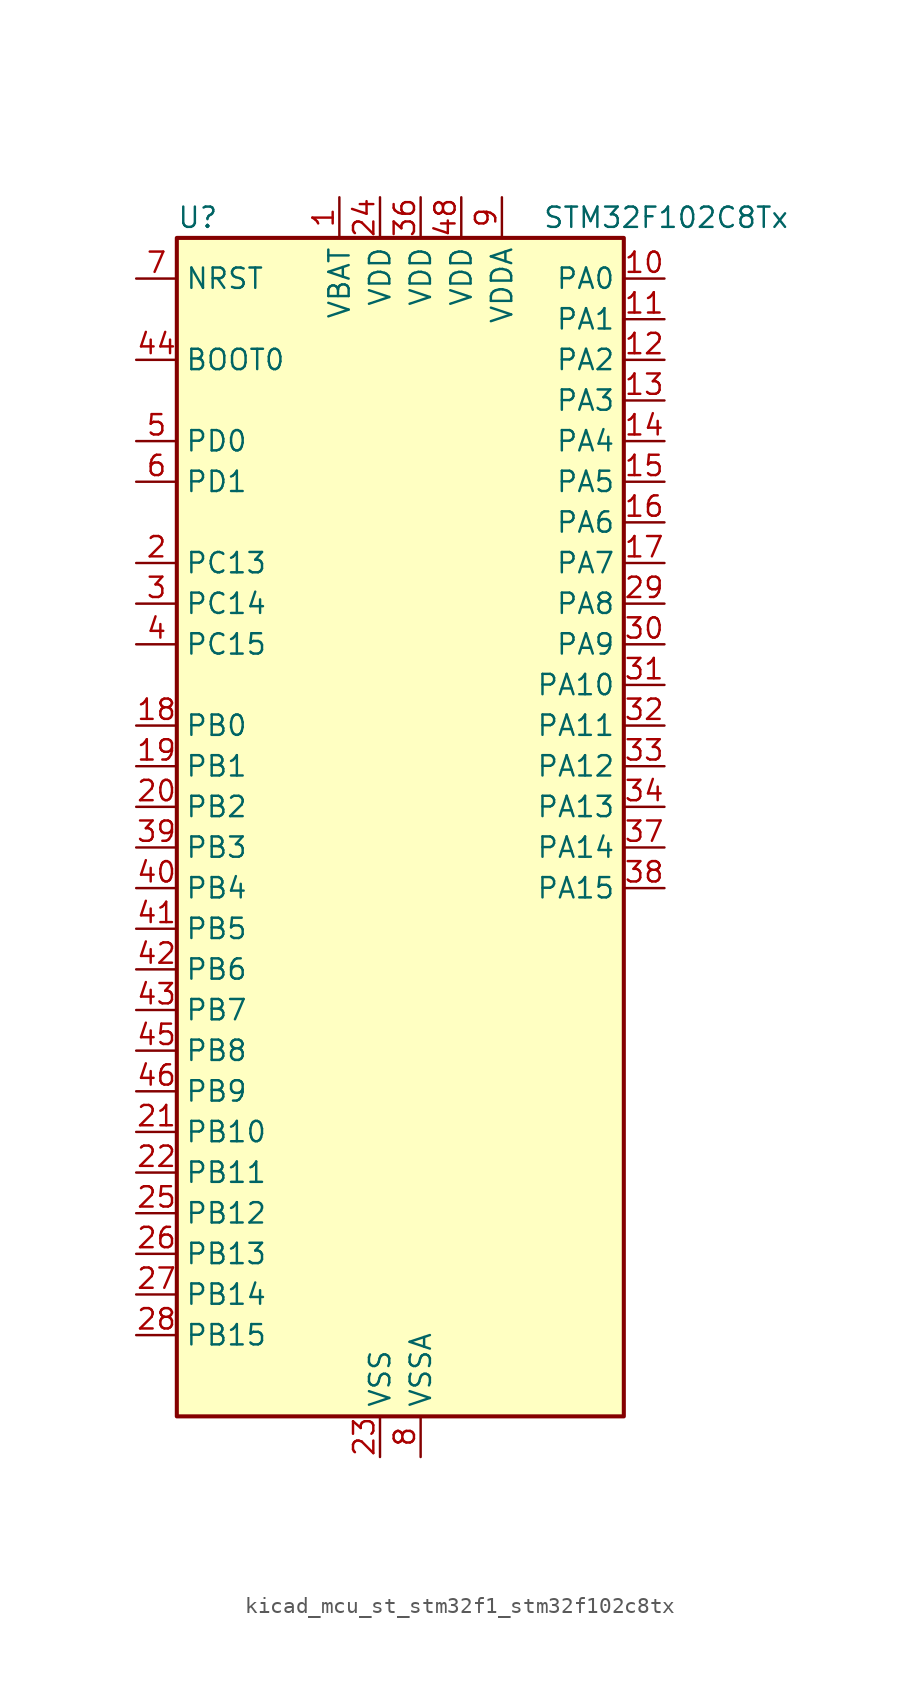
<source format=kicad_sym>
(kicad_symbol_lib
  (version 20220914)
  (generator kicad_symbol_editor)
  (symbol "kicad_mcu_st_stm32f1_stm32f102c8tx"
    (property "Reference" "U"
      (at -12.7 39.37 0)
      (effects (font (size 1.27 1.27)) (justify left)))
    (property "Value" "STM32F102C8Tx"
      (at 10.16 39.37 0)
      (effects (font (size 1.27 1.27)) (justify left)))
    (property "ki_locked" ""
      (at 0 0 0)
      (effects (font (size 1.27 1.27))))
    (symbol "kicad_mcu_st_stm32f1_stm32f102c8tx_0_1"
      (rectangle (start -12.7 -35.56) (end 15.24 38.1) (stroke (width 0.254) (type default)) (fill (type background))))
    (symbol "kicad_mcu_st_stm32f1_stm32f102c8tx_1_1"
      (pin power_in line (at -2.54 40.64 270) (length 2.54) (name "VBAT" (effects (font (size 1.27 1.27)))) (number "1" (effects (font (size 1.27 1.27)))))
      (pin bidirectional line (at 17.78 35.56 180) (length 2.54) (name "PA0" (effects (font (size 1.27 1.27)))) (number "10" (effects (font (size 1.27 1.27)))) (alternate "ADC1_IN0" bidirectional line) (alternate "SYS_WKUP" bidirectional line) (alternate "TIM2_CH1" bidirectional line) (alternate "TIM2_ETR" bidirectional line) (alternate "USART2_CTS" bidirectional line))
      (pin bidirectional line (at 17.78 33.02 180) (length 2.54) (name "PA1" (effects (font (size 1.27 1.27)))) (number "11" (effects (font (size 1.27 1.27)))) (alternate "ADC1_IN1" bidirectional line) (alternate "TIM2_CH2" bidirectional line) (alternate "USART2_RTS" bidirectional line))
      (pin bidirectional line (at 17.78 30.48 180) (length 2.54) (name "PA2" (effects (font (size 1.27 1.27)))) (number "12" (effects (font (size 1.27 1.27)))) (alternate "ADC1_IN2" bidirectional line) (alternate "TIM2_CH3" bidirectional line) (alternate "USART2_TX" bidirectional line))
      (pin bidirectional line (at 17.78 27.94 180) (length 2.54) (name "PA3" (effects (font (size 1.27 1.27)))) (number "13" (effects (font (size 1.27 1.27)))) (alternate "ADC1_IN3" bidirectional line) (alternate "TIM2_CH4" bidirectional line) (alternate "USART2_RX" bidirectional line))
      (pin bidirectional line (at 17.78 25.4 180) (length 2.54) (name "PA4" (effects (font (size 1.27 1.27)))) (number "14" (effects (font (size 1.27 1.27)))) (alternate "ADC1_IN4" bidirectional line) (alternate "SPI1_NSS" bidirectional line) (alternate "USART2_CK" bidirectional line))
      (pin bidirectional line (at 17.78 22.86 180) (length 2.54) (name "PA5" (effects (font (size 1.27 1.27)))) (number "15" (effects (font (size 1.27 1.27)))) (alternate "ADC1_IN5" bidirectional line) (alternate "SPI1_SCK" bidirectional line))
      (pin bidirectional line (at 17.78 20.32 180) (length 2.54) (name "PA6" (effects (font (size 1.27 1.27)))) (number "16" (effects (font (size 1.27 1.27)))) (alternate "ADC1_IN6" bidirectional line) (alternate "SPI1_MISO" bidirectional line) (alternate "TIM3_CH1" bidirectional line))
      (pin bidirectional line (at 17.78 17.78 180) (length 2.54) (name "PA7" (effects (font (size 1.27 1.27)))) (number "17" (effects (font (size 1.27 1.27)))) (alternate "ADC1_IN7" bidirectional line) (alternate "SPI1_MOSI" bidirectional line) (alternate "TIM3_CH2" bidirectional line))
      (pin bidirectional line (at -15.24 7.62 0) (length 2.54) (name "PB0" (effects (font (size 1.27 1.27)))) (number "18" (effects (font (size 1.27 1.27)))) (alternate "ADC1_IN8" bidirectional line) (alternate "TIM3_CH3" bidirectional line))
      (pin bidirectional line (at -15.24 5.08 0) (length 2.54) (name "PB1" (effects (font (size 1.27 1.27)))) (number "19" (effects (font (size 1.27 1.27)))) (alternate "ADC1_IN9" bidirectional line) (alternate "TIM3_CH4" bidirectional line))
      (pin bidirectional line (at -15.24 17.78 0) (length 2.54) (name "PC13" (effects (font (size 1.27 1.27)))) (number "2" (effects (font (size 1.27 1.27)))) (alternate "RTC_OUT" bidirectional line) (alternate "RTC_TAMPER" bidirectional line))
      (pin bidirectional line (at -15.24 2.54 0) (length 2.54) (name "PB2" (effects (font (size 1.27 1.27)))) (number "20" (effects (font (size 1.27 1.27)))))
      (pin bidirectional line (at -15.24 -17.78 0) (length 2.54) (name "PB10" (effects (font (size 1.27 1.27)))) (number "21" (effects (font (size 1.27 1.27)))) (alternate "I2C2_SCL" bidirectional line) (alternate "TIM2_CH3" bidirectional line) (alternate "USART3_TX" bidirectional line))
      (pin bidirectional line (at -15.24 -20.32 0) (length 2.54) (name "PB11" (effects (font (size 1.27 1.27)))) (number "22" (effects (font (size 1.27 1.27)))) (alternate "ADC1_EXTI11" bidirectional line) (alternate "I2C2_SDA" bidirectional line) (alternate "TIM2_CH4" bidirectional line) (alternate "USART3_RX" bidirectional line))
      (pin power_in line (at 0 -38.1 90) (length 2.54) (name "VSS" (effects (font (size 1.27 1.27)))) (number "23" (effects (font (size 1.27 1.27)))))
      (pin power_in line (at 0 40.64 270) (length 2.54) (name "VDD" (effects (font (size 1.27 1.27)))) (number "24" (effects (font (size 1.27 1.27)))))
      (pin bidirectional line (at -15.24 -22.86 0) (length 2.54) (name "PB12" (effects (font (size 1.27 1.27)))) (number "25" (effects (font (size 1.27 1.27)))) (alternate "I2C2_SMBA" bidirectional line) (alternate "SPI2_NSS" bidirectional line) (alternate "USART3_CK" bidirectional line))
      (pin bidirectional line (at -15.24 -25.4 0) (length 2.54) (name "PB13" (effects (font (size 1.27 1.27)))) (number "26" (effects (font (size 1.27 1.27)))) (alternate "SPI2_SCK" bidirectional line) (alternate "USART3_CTS" bidirectional line))
      (pin bidirectional line (at -15.24 -27.94 0) (length 2.54) (name "PB14" (effects (font (size 1.27 1.27)))) (number "27" (effects (font (size 1.27 1.27)))) (alternate "SPI2_MISO" bidirectional line) (alternate "USART3_RTS" bidirectional line))
      (pin bidirectional line (at -15.24 -30.48 0) (length 2.54) (name "PB15" (effects (font (size 1.27 1.27)))) (number "28" (effects (font (size 1.27 1.27)))) (alternate "ADC1_EXTI15" bidirectional line) (alternate "SPI2_MOSI" bidirectional line))
      (pin bidirectional line (at 17.78 15.24 180) (length 2.54) (name "PA8" (effects (font (size 1.27 1.27)))) (number "29" (effects (font (size 1.27 1.27)))) (alternate "RCC_MCO" bidirectional line) (alternate "USART1_CK" bidirectional line))
      (pin bidirectional line (at -15.24 15.24 0) (length 2.54) (name "PC14" (effects (font (size 1.27 1.27)))) (number "3" (effects (font (size 1.27 1.27)))) (alternate "RCC_OSC32_IN" bidirectional line))
      (pin bidirectional line (at 17.78 12.7 180) (length 2.54) (name "PA9" (effects (font (size 1.27 1.27)))) (number "30" (effects (font (size 1.27 1.27)))) (alternate "USART1_TX" bidirectional line))
      (pin bidirectional line (at 17.78 10.16 180) (length 2.54) (name "PA10" (effects (font (size 1.27 1.27)))) (number "31" (effects (font (size 1.27 1.27)))) (alternate "USART1_RX" bidirectional line))
      (pin bidirectional line (at 17.78 7.62 180) (length 2.54) (name "PA11" (effects (font (size 1.27 1.27)))) (number "32" (effects (font (size 1.27 1.27)))) (alternate "ADC1_EXTI11" bidirectional line) (alternate "USART1_CTS" bidirectional line) (alternate "USB_DM" bidirectional line))
      (pin bidirectional line (at 17.78 5.08 180) (length 2.54) (name "PA12" (effects (font (size 1.27 1.27)))) (number "33" (effects (font (size 1.27 1.27)))) (alternate "USART1_RTS" bidirectional line) (alternate "USB_DP" bidirectional line))
      (pin bidirectional line (at 17.78 2.54 180) (length 2.54) (name "PA13" (effects (font (size 1.27 1.27)))) (number "34" (effects (font (size 1.27 1.27)))) (alternate "SYS_JTMS-SWDIO" bidirectional line))
      (pin passive line (at 0 -38.1 90) (length 2.54) hide (name "VSS" (effects (font (size 1.27 1.27)))) (number "35" (effects (font (size 1.27 1.27)))))
      (pin power_in line (at 2.54 40.64 270) (length 2.54) (name "VDD" (effects (font (size 1.27 1.27)))) (number "36" (effects (font (size 1.27 1.27)))))
      (pin bidirectional line (at 17.78 0 180) (length 2.54) (name "PA14" (effects (font (size 1.27 1.27)))) (number "37" (effects (font (size 1.27 1.27)))) (alternate "SYS_JTCK-SWCLK" bidirectional line))
      (pin bidirectional line (at 17.78 -2.54 180) (length 2.54) (name "PA15" (effects (font (size 1.27 1.27)))) (number "38" (effects (font (size 1.27 1.27)))) (alternate "ADC1_EXTI15" bidirectional line) (alternate "SPI1_NSS" bidirectional line) (alternate "SYS_JTDI" bidirectional line) (alternate "TIM2_CH1" bidirectional line) (alternate "TIM2_ETR" bidirectional line))
      (pin bidirectional line (at -15.24 0 0) (length 2.54) (name "PB3" (effects (font (size 1.27 1.27)))) (number "39" (effects (font (size 1.27 1.27)))) (alternate "SPI1_SCK" bidirectional line) (alternate "SYS_JTDO-TRACESWO" bidirectional line) (alternate "TIM2_CH2" bidirectional line))
      (pin bidirectional line (at -15.24 12.7 0) (length 2.54) (name "PC15" (effects (font (size 1.27 1.27)))) (number "4" (effects (font (size 1.27 1.27)))) (alternate "ADC1_EXTI15" bidirectional line) (alternate "RCC_OSC32_OUT" bidirectional line))
      (pin bidirectional line (at -15.24 -2.54 0) (length 2.54) (name "PB4" (effects (font (size 1.27 1.27)))) (number "40" (effects (font (size 1.27 1.27)))) (alternate "SPI1_MISO" bidirectional line) (alternate "SYS_NJTRST" bidirectional line) (alternate "TIM3_CH1" bidirectional line))
      (pin bidirectional line (at -15.24 -5.08 0) (length 2.54) (name "PB5" (effects (font (size 1.27 1.27)))) (number "41" (effects (font (size 1.27 1.27)))) (alternate "I2C1_SMBA" bidirectional line) (alternate "SPI1_MOSI" bidirectional line) (alternate "TIM3_CH2" bidirectional line))
      (pin bidirectional line (at -15.24 -7.62 0) (length 2.54) (name "PB6" (effects (font (size 1.27 1.27)))) (number "42" (effects (font (size 1.27 1.27)))) (alternate "I2C1_SCL" bidirectional line) (alternate "TIM4_CH1" bidirectional line) (alternate "USART1_TX" bidirectional line))
      (pin bidirectional line (at -15.24 -10.16 0) (length 2.54) (name "PB7" (effects (font (size 1.27 1.27)))) (number "43" (effects (font (size 1.27 1.27)))) (alternate "I2C1_SDA" bidirectional line) (alternate "TIM4_CH2" bidirectional line) (alternate "USART1_RX" bidirectional line))
      (pin input line (at -15.24 30.48 0) (length 2.54) (name "BOOT0" (effects (font (size 1.27 1.27)))) (number "44" (effects (font (size 1.27 1.27)))))
      (pin bidirectional line (at -15.24 -12.7 0) (length 2.54) (name "PB8" (effects (font (size 1.27 1.27)))) (number "45" (effects (font (size 1.27 1.27)))) (alternate "I2C1_SCL" bidirectional line) (alternate "TIM4_CH3" bidirectional line))
      (pin bidirectional line (at -15.24 -15.24 0) (length 2.54) (name "PB9" (effects (font (size 1.27 1.27)))) (number "46" (effects (font (size 1.27 1.27)))) (alternate "I2C1_SDA" bidirectional line) (alternate "TIM4_CH4" bidirectional line))
      (pin passive line (at 0 -38.1 90) (length 2.54) hide (name "VSS" (effects (font (size 1.27 1.27)))) (number "47" (effects (font (size 1.27 1.27)))))
      (pin power_in line (at 5.08 40.64 270) (length 2.54) (name "VDD" (effects (font (size 1.27 1.27)))) (number "48" (effects (font (size 1.27 1.27)))))
      (pin bidirectional line (at -15.24 25.4 0) (length 2.54) (name "PD0" (effects (font (size 1.27 1.27)))) (number "5" (effects (font (size 1.27 1.27)))) (alternate "RCC_OSC_IN" bidirectional line))
      (pin bidirectional line (at -15.24 22.86 0) (length 2.54) (name "PD1" (effects (font (size 1.27 1.27)))) (number "6" (effects (font (size 1.27 1.27)))) (alternate "RCC_OSC_OUT" bidirectional line))
      (pin input line (at -15.24 35.56 0) (length 2.54) (name "NRST" (effects (font (size 1.27 1.27)))) (number "7" (effects (font (size 1.27 1.27)))))
      (pin power_in line (at 2.54 -38.1 90) (length 2.54) (name "VSSA" (effects (font (size 1.27 1.27)))) (number "8" (effects (font (size 1.27 1.27)))))
      (pin power_in line (at 7.62 40.64 270) (length 2.54) (name "VDDA" (effects (font (size 1.27 1.27)))) (number "9" (effects (font (size 1.27 1.27))))))))
</source>
